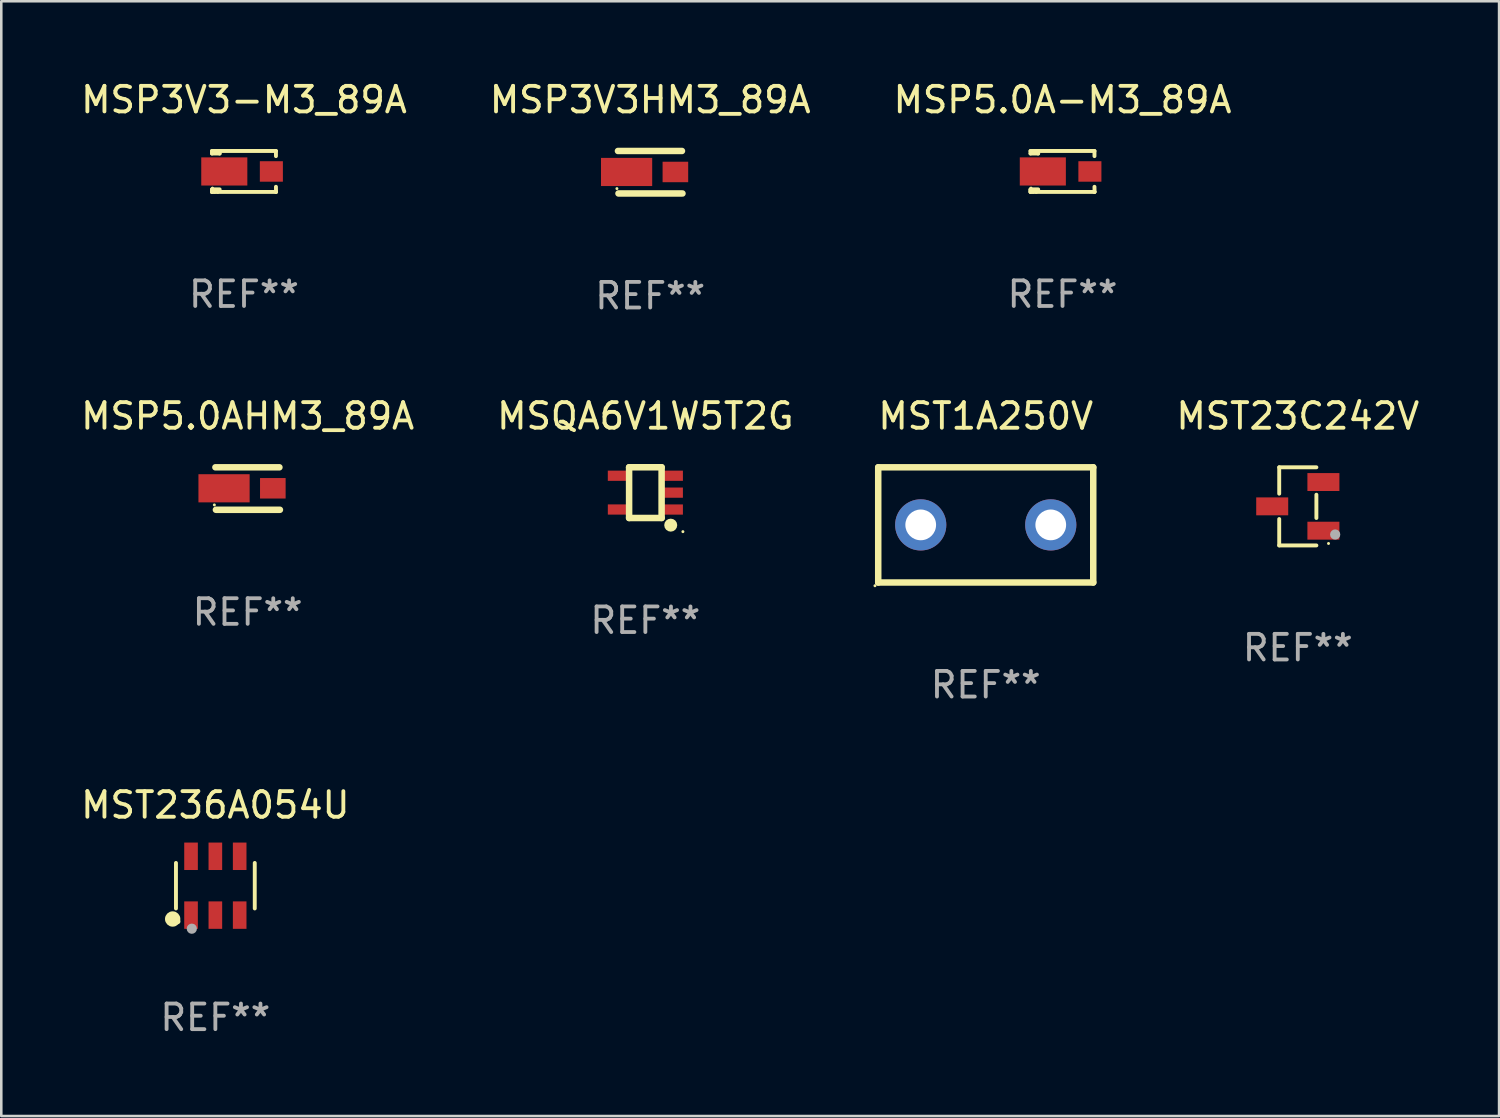
<source format=kicad_pcb>
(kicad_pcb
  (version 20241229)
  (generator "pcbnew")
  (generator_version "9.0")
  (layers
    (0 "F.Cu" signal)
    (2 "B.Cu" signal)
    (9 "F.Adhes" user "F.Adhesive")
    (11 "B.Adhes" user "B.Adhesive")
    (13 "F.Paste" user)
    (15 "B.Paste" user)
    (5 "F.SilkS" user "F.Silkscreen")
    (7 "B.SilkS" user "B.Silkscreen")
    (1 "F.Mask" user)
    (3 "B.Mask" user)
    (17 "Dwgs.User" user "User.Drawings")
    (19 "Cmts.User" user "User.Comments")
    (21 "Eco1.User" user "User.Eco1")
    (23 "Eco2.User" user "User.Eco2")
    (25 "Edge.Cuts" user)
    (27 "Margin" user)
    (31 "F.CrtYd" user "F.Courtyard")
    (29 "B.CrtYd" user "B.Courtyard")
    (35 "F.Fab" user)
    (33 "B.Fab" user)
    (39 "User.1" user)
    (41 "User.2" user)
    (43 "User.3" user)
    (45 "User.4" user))
  (footprint "MSP3V3HM3_89A"
    (layer "F.Cu")
    (at 22.351 3.678)
    (property "Reference" "MSP3V3HM3_89A" (at 0 -2.83 0) (layer "F.SilkS") (effects (font (size 1 1) (thickness 0.15))))
    (attr through_hole)
    (fp_line (start -1.26 -0.83) (end 1.24 -0.83) (stroke (width 0.254) (type solid)) (layer "F.SilkS"))
    (fp_line (start -1.24 0.83) (end 1.26 0.83) (stroke (width 0.254) (type solid)) (layer "F.SilkS"))
    (fp_circle (center -1.301 0.64) (end -1.271 0.64) (stroke (width 0.06) (type solid)) (fill no) (layer "F.SilkS"))
    (fp_text user "REF**" (at 0 4.83 0) (layer "F.Fab") (effects (font (size 1 1) (thickness 0.15))))
    (pad "1" smd rect (at -0.923 -0.01 90) (size 1.1 2) (layers "F.Cu" "F.Mask" "F.Paste"))
    (pad "2" smd rect (at 0.983 -0.01) (size 1 0.8) (layers "F.Cu" "F.Mask" "F.Paste")))
  (footprint "MSP5.0AHM3_89A"
    (layer "F.Cu")
    (at 6.625 16.035)
    (property "Reference" "MSP5.0AHM3_89A" (at 0 -2.83 0) (layer "F.SilkS") (effects (font (size 1 1) (thickness 0.15))))
    (attr through_hole)
    (fp_line (start -1.26 -0.83) (end 1.24 -0.83) (stroke (width 0.254) (type solid)) (layer "F.SilkS"))
    (fp_line (start -1.24 0.83) (end 1.26 0.83) (stroke (width 0.254) (type solid)) (layer "F.SilkS"))
    (fp_circle (center -1.301 0.64) (end -1.271 0.64) (stroke (width 0.06) (type solid)) (fill no) (layer "F.SilkS"))
    (fp_text user "REF**" (at 0 4.83 0) (layer "F.Fab") (effects (font (size 1 1) (thickness 0.15))))
    (pad "1" smd rect (at -0.923 -0.01 90) (size 1.1 2) (layers "F.Cu" "F.Mask" "F.Paste"))
    (pad "2" smd rect (at 0.983 -0.01) (size 1 0.8) (layers "F.Cu" "F.Mask" "F.Paste")))
  (footprint "MST23C242V"
    (layer "F.Cu")
    (at 47.649 16.731)
    (property "Reference" "MST23C242V" (at 0 -3.526 0) (layer "F.SilkS") (effects (font (size 1 1) (thickness 0.15))))
    (attr through_hole)
    (fp_line (start -0.726 -1.526) (end -0.726 -0.495) (stroke (width 0.152) (type solid)) (layer "F.SilkS"))
    (fp_line (start -0.726 1.526) (end -0.726 0.495) (stroke (width 0.152) (type solid)) (layer "F.SilkS"))
    (fp_line (start 0.726 -1.526) (end -0.726 -1.526) (stroke (width 0.152) (type solid)) (layer "F.SilkS"))
    (fp_line (start 0.726 -0.455) (end 0.726 0.455) (stroke (width 0.152) (type solid)) (layer "F.SilkS"))
    (fp_line (start 0.726 1.526) (end -0.726 1.526) (stroke (width 0.152) (type solid)) (layer "F.SilkS"))
    (fp_circle (center 1.2 1.45) (end 1.23 1.45) (stroke (width 0.06) (type solid)) (fill no) (layer "F.SilkS"))
    (fp_circle (center 1.46 1.1) (end 1.56 1.1) (stroke (width 0.2) (type solid)) (fill no) (layer "F.Fab"))
    (fp_text user "REF**" (at 0 5.526 0) (layer "F.Fab") (effects (font (size 1 1) (thickness 0.15))))
    (pad "1" smd rect (at 1 0.95) (size 1.25 0.7) (layers "F.Cu" "F.Mask" "F.Paste"))
    (pad "2" smd rect (at 1 -0.95) (size 1.25 0.7) (layers "F.Cu" "F.Mask" "F.Paste"))
    (pad "3" smd rect (at -1 0) (size 1.25 0.7) (layers "F.Cu" "F.Mask" "F.Paste")))
  (footprint "MSP5.0A-M3_89A"
    (layer "F.Cu")
    (at 38.458 3.648)
    (property "Reference" "MSP5.0A-M3_89A" (at 0 -2.8 0) (layer "F.SilkS") (effects (font (size 1 1) (thickness 0.15))))
    (attr through_hole)
    (fp_line (start -1.251 -0.8) (end -1.149 -0.8) (stroke (width 0.152) (type solid)) (layer "F.SilkS"))
    (fp_line (start -1.251 -0.701) (end -1.251 -0.8) (stroke (width 0.152) (type solid)) (layer "F.SilkS"))
    (fp_line (start -1.251 -0.701) (end -0.952 -0.701) (stroke (width 0.152) (type solid)) (layer "F.SilkS"))
    (fp_line (start -1.251 0.73) (end -1.251 0.8) (stroke (width 0.152) (type solid)) (layer "F.SilkS"))
    (fp_line (start -1.251 0.7) (end -0.951 0.7) (stroke (width 0.152) (type solid)) (layer "F.SilkS"))
    (fp_line (start -1.251 0.8) (end -1.251 0.7) (stroke (width 0.152) (type solid)) (layer "F.SilkS"))
    (fp_line (start -1.149 -0.8) (end 1.248 -0.8) (stroke (width 0.152) (type solid)) (layer "F.SilkS"))
    (fp_line (start -1.149 0.8) (end -1.251 0.8) (stroke (width 0.152) (type solid)) (layer "F.SilkS"))
    (fp_line (start -1.029 -0.73) (end -1.029 -0.8) (stroke (width 0.152) (type solid)) (layer "F.SilkS"))
    (fp_line (start -1.029 0.8) (end -1.029 0.73) (stroke (width 0.152) (type solid)) (layer "F.SilkS"))
    (fp_line (start -0.952 -0.701) (end -0.951 -0.7) (stroke (width 0.152) (type solid)) (layer "F.SilkS"))
    (fp_line (start 1.248 -0.8) (end 1.248 -0.599) (stroke (width 0.152) (type solid)) (layer "F.SilkS"))
    (fp_line (start 1.248 0.599) (end 1.251 0.798) (stroke (width 0.152) (type solid)) (layer "F.SilkS"))
    (fp_line (start 1.248 0.8) (end -1.149 0.8) (stroke (width 0.152) (type solid)) (layer "F.SilkS"))
    (fp_line (start 1.251 0.798) (end 1.248 0.8) (stroke (width 0.152) (type solid)) (layer "F.SilkS"))
    (fp_circle (center -1.231 0.65) (end -1.201 0.65) (stroke (width 0.06) (type solid)) (fill no) (layer "F.SilkS"))
    (fp_text user "REF**" (at 0 4.8 0) (layer "F.Fab") (effects (font (size 1 1) (thickness 0.15))))
    (pad "1" smd rect (at -0.77 0) (size 1.8 1.1) (layers "F.Cu" "F.Mask" "F.Paste"))
    (pad "2" smd rect (at 1.069 0) (size 0.9 0.8) (layers "F.Cu" "F.Mask" "F.Paste")))
  (footprint "MST1A250V"
    (layer "F.Cu")
    (at 35.458 17.455)
    (property "Reference" "MST1A250V" (at 0 -4.25 0) (layer "F.SilkS") (effects (font (size 1 1) (thickness 0.15))))
    (attr through_hole)
    (fp_line (start -4.2 -2.25) (end 4.2 -2.25) (stroke (width 0.254) (type solid)) (layer "F.SilkS"))
    (fp_line (start -4.2 2.25) (end -4.2 -2.25) (stroke (width 0.254) (type solid)) (layer "F.SilkS"))
    (fp_line (start 4.2 -2.25) (end 4.2 2.25) (stroke (width 0.254) (type solid)) (layer "F.SilkS"))
    (fp_line (start 4.2 2.25) (end -4.2 2.25) (stroke (width 0.254) (type solid)) (layer "F.SilkS"))
    (fp_circle (center -4.327 2.377) (end -4.297 2.377) (stroke (width 0.06) (type solid)) (fill no) (layer "F.SilkS"))
    (fp_text user "REF**" (at 0 6.25 0) (layer "F.Fab") (effects (font (size 1 1) (thickness 0.15))))
    (pad "1" thru_hole circle (at -2.54 0) (size 2 2) (drill 1.2) (layers "*.Cu" "*.Mask"))
    (pad "2" thru_hole circle (at 2.54 0) (size 2 2) (drill 1.2) (layers "*.Cu" "*.Mask")))
  (footprint "MST236A054U"
    (layer "F.Cu")
    (at 5.363 31.55)
    (property "Reference" "MST236A054U" (at 0 -3.149 0) (layer "F.SilkS") (effects (font (size 1 1) (thickness 0.15))))
    (attr through_hole)
    (fp_line (start -1.539 0.889) (end -1.539 -0.889) (stroke (width 0.152) (type solid)) (layer "F.SilkS"))
    (fp_line (start 1.539 0.889) (end 1.539 -0.889) (stroke (width 0.152) (type solid)) (layer "F.SilkS"))
    (fp_circle (center -1.668 1.301) (end -1.518 1.301) (stroke (width 0.3) (type solid)) (fill no) (layer "F.SilkS"))
    (fp_circle (center -1.463 1.4) (end -1.413 1.4) (stroke (width 0.1) (type solid)) (fill no) (layer "F.SilkS"))
    (fp_circle (center -0.92 1.68) (end -0.82 1.68) (stroke (width 0.2) (type solid)) (fill no) (layer "F.Fab"))
    (fp_text user "REF**" (at 0 5.149 0) (layer "F.Fab") (effects (font (size 1 1) (thickness 0.15))))
    (pad "1" smd rect (at -0.95 1.149) (size 0.532 1.072) (layers "F.Cu" "F.Mask" "F.Paste"))
    (pad "2" smd rect (at 0 1.149) (size 0.532 1.072) (layers "F.Cu" "F.Mask" "F.Paste"))
    (pad "3" smd rect (at 0.95 1.149) (size 0.532 1.072) (layers "F.Cu" "F.Mask" "F.Paste"))
    (pad "4" smd rect (at 0.95 -1.149) (size 0.532 1.072) (layers "F.Cu" "F.Mask" "F.Paste"))
    (pad "5" smd rect (at 0 -1.149) (size 0.532 1.072) (layers "F.Cu" "F.Mask" "F.Paste"))
    (pad "6" smd rect (at -0.95 -1.149) (size 0.532 1.072) (layers "F.Cu" "F.Mask" "F.Paste")))
  (footprint "MSP3V3-M3_89A"
    (layer "F.Cu")
    (at 6.482 3.648)
    (property "Reference" "MSP3V3-M3_89A" (at 0 -2.8 0) (layer "F.SilkS") (effects (font (size 1 1) (thickness 0.15))))
    (attr through_hole)
    (fp_line (start -1.251 -0.8) (end -1.149 -0.8) (stroke (width 0.152) (type solid)) (layer "F.SilkS"))
    (fp_line (start -1.251 -0.701) (end -1.251 -0.8) (stroke (width 0.152) (type solid)) (layer "F.SilkS"))
    (fp_line (start -1.251 -0.701) (end -0.952 -0.701) (stroke (width 0.152) (type solid)) (layer "F.SilkS"))
    (fp_line (start -1.251 0.73) (end -1.251 0.8) (stroke (width 0.152) (type solid)) (layer "F.SilkS"))
    (fp_line (start -1.251 0.7) (end -0.951 0.7) (stroke (width 0.152) (type solid)) (layer "F.SilkS"))
    (fp_line (start -1.251 0.8) (end -1.251 0.7) (stroke (width 0.152) (type solid)) (layer "F.SilkS"))
    (fp_line (start -1.149 -0.8) (end 1.248 -0.8) (stroke (width 0.152) (type solid)) (layer "F.SilkS"))
    (fp_line (start -1.149 0.8) (end -1.251 0.8) (stroke (width 0.152) (type solid)) (layer "F.SilkS"))
    (fp_line (start -1.029 -0.73) (end -1.029 -0.8) (stroke (width 0.152) (type solid)) (layer "F.SilkS"))
    (fp_line (start -1.029 0.8) (end -1.029 0.73) (stroke (width 0.152) (type solid)) (layer "F.SilkS"))
    (fp_line (start -0.952 -0.701) (end -0.951 -0.7) (stroke (width 0.152) (type solid)) (layer "F.SilkS"))
    (fp_line (start 1.248 -0.8) (end 1.248 -0.599) (stroke (width 0.152) (type solid)) (layer "F.SilkS"))
    (fp_line (start 1.248 0.599) (end 1.251 0.798) (stroke (width 0.152) (type solid)) (layer "F.SilkS"))
    (fp_line (start 1.248 0.8) (end -1.149 0.8) (stroke (width 0.152) (type solid)) (layer "F.SilkS"))
    (fp_line (start 1.251 0.798) (end 1.248 0.8) (stroke (width 0.152) (type solid)) (layer "F.SilkS"))
    (fp_circle (center -1.231 0.65) (end -1.201 0.65) (stroke (width 0.06) (type solid)) (fill no) (layer "F.SilkS"))
    (fp_text user "REF**" (at 0 4.8 0) (layer "F.Fab") (effects (font (size 1 1) (thickness 0.15))))
    (pad "1" smd rect (at -0.77 0) (size 1.8 1.1) (layers "F.Cu" "F.Mask" "F.Paste"))
    (pad "2" smd rect (at 1.069 0) (size 0.9 0.8) (layers "F.Cu" "F.Mask" "F.Paste")))
  (footprint "MSQA6V1W5T2G"
    (layer "F.Cu")
    (at 22.161 16.195)
    (property "Reference" "MSQA6V1W5T2G" (at 0 -2.991 0) (layer "F.SilkS") (effects (font (size 1 1) (thickness 0.15))))
    (attr through_hole)
    (fp_line (start -0.635 -0.991) (end 0.635 -0.991) (stroke (width 0.254) (type solid)) (layer "F.SilkS"))
    (fp_line (start -0.635 0.991) (end -0.635 -0.991) (stroke (width 0.254) (type solid)) (layer "F.SilkS"))
    (fp_line (start 0.635 -0.991) (end 0.635 0.991) (stroke (width 0.254) (type solid)) (layer "F.SilkS"))
    (fp_line (start 0.635 0.991) (end -0.635 0.991) (stroke (width 0.254) (type solid)) (layer "F.SilkS"))
    (fp_circle (center 0.991 1.27) (end 1.118 1.27) (stroke (width 0.254) (type solid)) (fill no) (layer "F.SilkS"))
    (fp_circle (center 1.467 1.524) (end 1.497 1.524) (stroke (width 0.06) (type solid)) (fill no) (layer "F.SilkS"))
    (fp_text user "REF**" (at 0 4.991 0) (layer "F.Fab") (effects (font (size 1 1) (thickness 0.15))))
    (pad "1" smd rect (at 1.067 0.66 180) (size 0.8 0.399) (layers "F.Cu" "F.Mask" "F.Paste"))
    (pad "2" smd rect (at 1.067 0 180) (size 0.8 0.399) (layers "F.Cu" "F.Mask" "F.Paste"))
    (pad "3" smd rect (at 1.067 -0.66 180) (size 0.8 0.399) (layers "F.Cu" "F.Mask" "F.Paste"))
    (pad "4" smd rect (at -1.067 -0.66 180) (size 0.8 0.399) (layers "F.Cu" "F.Mask" "F.Paste"))
    (pad "5" smd rect (at -1.066 0.659 180) (size 0.8 0.399) (layers "F.Cu" "F.Mask" "F.Paste")))
  (gr_rect
    (start -3 -3)
    (end 55.512 40.548)
    (stroke (width 0.1) (type default))
    (fill no)
    (layer "Edge.Cuts")))
</source>
